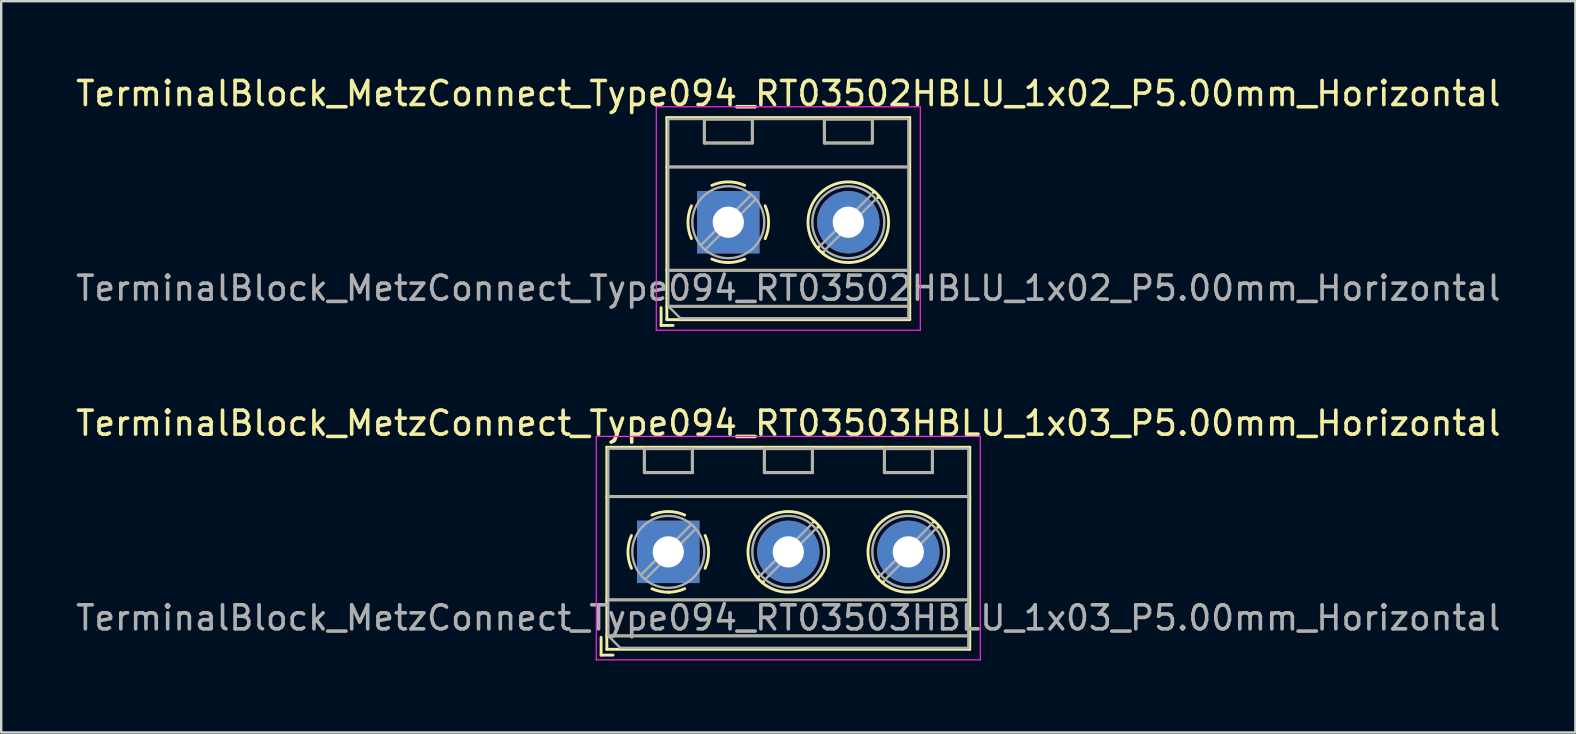
<source format=kicad_pcb>
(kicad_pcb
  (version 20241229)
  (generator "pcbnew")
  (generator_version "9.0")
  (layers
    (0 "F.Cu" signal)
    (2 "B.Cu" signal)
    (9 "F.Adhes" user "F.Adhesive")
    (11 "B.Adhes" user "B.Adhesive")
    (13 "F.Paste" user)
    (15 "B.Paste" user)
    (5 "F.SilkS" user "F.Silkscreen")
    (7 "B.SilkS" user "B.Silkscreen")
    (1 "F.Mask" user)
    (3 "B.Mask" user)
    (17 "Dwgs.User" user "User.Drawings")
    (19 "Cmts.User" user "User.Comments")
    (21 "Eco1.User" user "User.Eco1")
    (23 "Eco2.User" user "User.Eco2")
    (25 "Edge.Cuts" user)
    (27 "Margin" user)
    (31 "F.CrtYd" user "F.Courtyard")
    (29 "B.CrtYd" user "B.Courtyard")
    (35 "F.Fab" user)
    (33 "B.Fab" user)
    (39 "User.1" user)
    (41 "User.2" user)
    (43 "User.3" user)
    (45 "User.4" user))
  (footprint "TerminalBlock_MetzConnect_Type094_RT03502HBLU_1x02_P5.00mm_Horizontal"
    (layer "F.Cu")
    (at 27.292 6.208)
    (property "Reference" "TerminalBlock_MetzConnect_Type094_RT03502HBLU_1x02_P5.00mm_Horizontal" (at 2.5 -5.36 0) (layer "F.SilkS") (effects (font (size 1 1) (thickness 0.15))))
    (attr through_hole)
    (fp_line (start -2.8 3.56) (end -2.8 4.3) (stroke (width 0.12) (type solid)) (layer "F.SilkS"))
    (fp_line (start -2.8 4.3) (end -2.3 4.3) (stroke (width 0.12) (type solid)) (layer "F.SilkS"))
    (fp_line (start -2.56 -4.36) (end -2.56 4.06) (stroke (width 0.12) (type solid)) (layer "F.SilkS"))
    (fp_line (start -2.56 -4.36) (end 7.56 -4.36) (stroke (width 0.12) (type solid)) (layer "F.SilkS"))
    (fp_line (start -2.56 -2.301) (end 7.56 -2.301) (stroke (width 0.12) (type solid)) (layer "F.SilkS"))
    (fp_line (start -2.56 2) (end 7.56 2) (stroke (width 0.12) (type solid)) (layer "F.SilkS"))
    (fp_line (start -2.56 3.5) (end 7.56 3.5) (stroke (width 0.12) (type solid)) (layer "F.SilkS"))
    (fp_line (start -2.56 4.06) (end 7.56 4.06) (stroke (width 0.12) (type solid)) (layer "F.SilkS"))
    (fp_line (start -1 -4.3) (end -1 -3.3) (stroke (width 0.12) (type solid)) (layer "F.SilkS"))
    (fp_line (start -1 -4.3) (end 1 -4.3) (stroke (width 0.12) (type solid)) (layer "F.SilkS"))
    (fp_line (start -1 -3.3) (end 1 -3.3) (stroke (width 0.12) (type solid)) (layer "F.SilkS"))
    (fp_line (start 1 -4.3) (end 1 -3.3) (stroke (width 0.12) (type solid)) (layer "F.SilkS"))
    (fp_line (start 3.773 1.023) (end 3.726 1.069) (stroke (width 0.12) (type solid)) (layer "F.SilkS"))
    (fp_line (start 3.966 1.239) (end 3.931 1.274) (stroke (width 0.12) (type solid)) (layer "F.SilkS"))
    (fp_line (start 4 -4.3) (end 4 -3.3) (stroke (width 0.12) (type solid)) (layer "F.SilkS"))
    (fp_line (start 4 -4.3) (end 6 -4.3) (stroke (width 0.12) (type solid)) (layer "F.SilkS"))
    (fp_line (start 4 -3.3) (end 6 -3.3) (stroke (width 0.12) (type solid)) (layer "F.SilkS"))
    (fp_line (start 6 -4.3) (end 6 -3.3) (stroke (width 0.12) (type solid)) (layer "F.SilkS"))
    (fp_line (start 6.07 -1.275) (end 6.035 -1.239) (stroke (width 0.12) (type solid)) (layer "F.SilkS"))
    (fp_line (start 6.275 -1.069) (end 6.228 -1.023) (stroke (width 0.12) (type solid)) (layer "F.SilkS"))
    (fp_line (start 7.56 -4.36) (end 7.56 4.06) (stroke (width 0.12) (type solid)) (layer "F.SilkS"))
    (fp_arc (start -1.535427 0.683042) (mid -1.680501 -0.000524) (end -1.535 -0.684) (stroke (width 0.12) (type solid)) (layer "F.SilkS"))
    (fp_arc (start -0.683042 -1.535427) (mid 0.000524 -1.680501) (end 0.684 -1.535) (stroke (width 0.12) (type solid)) (layer "F.SilkS"))
    (fp_arc (start 0.028805 1.680253) (mid -0.335551 1.646659) (end -0.684 1.535) (stroke (width 0.12) (type solid)) (layer "F.SilkS"))
    (fp_arc (start 0.683318 1.534756) (mid 0.349292 1.643288) (end 0 1.68) (stroke (width 0.12) (type solid)) (layer "F.SilkS"))
    (fp_arc (start 1.535427 -0.683042) (mid 1.680501 0.000524) (end 1.535 0.684) (stroke (width 0.12) (type solid)) (layer "F.SilkS"))
    (fp_circle (center 5 0) (end 6.68 0) (stroke (width 0.12) (type solid)) (fill no) (layer "F.SilkS"))
    (fp_line (start -3 -4.81) (end -3 4.5) (stroke (width 0.05) (type solid)) (layer "F.CrtYd"))
    (fp_line (start -3 4.5) (end 8 4.5) (stroke (width 0.05) (type solid)) (layer "F.CrtYd"))
    (fp_line (start 8 -4.81) (end -3 -4.81) (stroke (width 0.05) (type solid)) (layer "F.CrtYd"))
    (fp_line (start 8 4.5) (end 8 -4.81) (stroke (width 0.05) (type solid)) (layer "F.CrtYd"))
    (fp_line (start -2.5 -4.3) (end 7.5 -4.3) (stroke (width 0.1) (type solid)) (layer "F.Fab"))
    (fp_line (start -2.5 -2.3) (end 7.5 -2.3) (stroke (width 0.1) (type solid)) (layer "F.Fab"))
    (fp_line (start -2.5 2) (end 7.5 2) (stroke (width 0.1) (type solid)) (layer "F.Fab"))
    (fp_line (start -2.5 3.5) (end -2.5 -4.3) (stroke (width 0.1) (type solid)) (layer "F.Fab"))
    (fp_line (start -2.5 3.5) (end 7.5 3.5) (stroke (width 0.1) (type solid)) (layer "F.Fab"))
    (fp_line (start -2 4) (end -2.5 3.5) (stroke (width 0.1) (type solid)) (layer "F.Fab"))
    (fp_line (start -1 -4.3) (end -1 -3.3) (stroke (width 0.1) (type solid)) (layer "F.Fab"))
    (fp_line (start -1 -3.3) (end 1 -3.3) (stroke (width 0.1) (type solid)) (layer "F.Fab"))
    (fp_line (start 0.955 -1.138) (end -1.138 0.955) (stroke (width 0.1) (type solid)) (layer "F.Fab"))
    (fp_line (start 1 -4.3) (end -1 -4.3) (stroke (width 0.1) (type solid)) (layer "F.Fab"))
    (fp_line (start 1 -3.3) (end 1 -4.3) (stroke (width 0.1) (type solid)) (layer "F.Fab"))
    (fp_line (start 1.138 -0.955) (end -0.955 1.138) (stroke (width 0.1) (type solid)) (layer "F.Fab"))
    (fp_line (start 4 -4.3) (end 4 -3.3) (stroke (width 0.1) (type solid)) (layer "F.Fab"))
    (fp_line (start 4 -3.3) (end 6 -3.3) (stroke (width 0.1) (type solid)) (layer "F.Fab"))
    (fp_line (start 5.955 -1.138) (end 3.863 0.955) (stroke (width 0.1) (type solid)) (layer "F.Fab"))
    (fp_line (start 6 -4.3) (end 4 -4.3) (stroke (width 0.1) (type solid)) (layer "F.Fab"))
    (fp_line (start 6 -3.3) (end 6 -4.3) (stroke (width 0.1) (type solid)) (layer "F.Fab"))
    (fp_line (start 6.138 -0.955) (end 4.046 1.138) (stroke (width 0.1) (type solid)) (layer "F.Fab"))
    (fp_line (start 7.5 -4.3) (end 7.5 4) (stroke (width 0.1) (type solid)) (layer "F.Fab"))
    (fp_line (start 7.5 4) (end -2 4) (stroke (width 0.1) (type solid)) (layer "F.Fab"))
    (fp_circle (center 0 0) (end 1.5 0) (stroke (width 0.1) (type solid)) (fill no) (layer "F.Fab"))
    (fp_circle (center 5 0) (end 6.5 0) (stroke (width 0.1) (type solid)) (fill no) (layer "F.Fab"))
    (fp_text user "${REFERENCE}" (at 2.5 2.75 0) (layer "F.Fab") (effects (font (size 1 1) (thickness 0.15))))
    (pad "1" thru_hole rect (at 0 0) (size 2.6 2.6) (drill 1.3) (layers "*.Cu" "*.Mask"))
    (pad "2" thru_hole circle (at 5 0) (size 2.6 2.6) (drill 1.3) (layers "*.Cu" "*.Mask")))
  (footprint "TerminalBlock_MetzConnect_Type094_RT03503HBLU_1x03_P5.00mm_Horizontal"
    (layer "F.Cu")
    (at 24.792 19.942)
    (property "Reference" "TerminalBlock_MetzConnect_Type094_RT03503HBLU_1x03_P5.00mm_Horizontal" (at 5 -5.36 0) (layer "F.SilkS") (effects (font (size 1 1) (thickness 0.15))))
    (attr through_hole)
    (fp_line (start -2.8 3.56) (end -2.8 4.3) (stroke (width 0.12) (type solid)) (layer "F.SilkS"))
    (fp_line (start -2.8 4.3) (end -2.3 4.3) (stroke (width 0.12) (type solid)) (layer "F.SilkS"))
    (fp_line (start -2.56 -4.36) (end -2.56 4.06) (stroke (width 0.12) (type solid)) (layer "F.SilkS"))
    (fp_line (start -2.56 -4.36) (end 12.56 -4.36) (stroke (width 0.12) (type solid)) (layer "F.SilkS"))
    (fp_line (start -2.56 -2.301) (end 12.56 -2.301) (stroke (width 0.12) (type solid)) (layer "F.SilkS"))
    (fp_line (start -2.56 2) (end 12.56 2) (stroke (width 0.12) (type solid)) (layer "F.SilkS"))
    (fp_line (start -2.56 3.5) (end 12.56 3.5) (stroke (width 0.12) (type solid)) (layer "F.SilkS"))
    (fp_line (start -2.56 4.06) (end 12.56 4.06) (stroke (width 0.12) (type solid)) (layer "F.SilkS"))
    (fp_line (start -1 -4.3) (end -1 -3.3) (stroke (width 0.12) (type solid)) (layer "F.SilkS"))
    (fp_line (start -1 -4.3) (end 1 -4.3) (stroke (width 0.12) (type solid)) (layer "F.SilkS"))
    (fp_line (start -1 -3.3) (end 1 -3.3) (stroke (width 0.12) (type solid)) (layer "F.SilkS"))
    (fp_line (start 1 -4.3) (end 1 -3.3) (stroke (width 0.12) (type solid)) (layer "F.SilkS"))
    (fp_line (start 3.773 1.023) (end 3.726 1.069) (stroke (width 0.12) (type solid)) (layer "F.SilkS"))
    (fp_line (start 3.966 1.239) (end 3.931 1.274) (stroke (width 0.12) (type solid)) (layer "F.SilkS"))
    (fp_line (start 4 -4.3) (end 4 -3.3) (stroke (width 0.12) (type solid)) (layer "F.SilkS"))
    (fp_line (start 4 -4.3) (end 6 -4.3) (stroke (width 0.12) (type solid)) (layer "F.SilkS"))
    (fp_line (start 4 -3.3) (end 6 -3.3) (stroke (width 0.12) (type solid)) (layer "F.SilkS"))
    (fp_line (start 6 -4.3) (end 6 -3.3) (stroke (width 0.12) (type solid)) (layer "F.SilkS"))
    (fp_line (start 6.07 -1.275) (end 6.035 -1.239) (stroke (width 0.12) (type solid)) (layer "F.SilkS"))
    (fp_line (start 6.275 -1.069) (end 6.228 -1.023) (stroke (width 0.12) (type solid)) (layer "F.SilkS"))
    (fp_line (start 8.773 1.023) (end 8.726 1.069) (stroke (width 0.12) (type solid)) (layer "F.SilkS"))
    (fp_line (start 8.966 1.239) (end 8.931 1.274) (stroke (width 0.12) (type solid)) (layer "F.SilkS"))
    (fp_line (start 9 -4.3) (end 9 -3.3) (stroke (width 0.12) (type solid)) (layer "F.SilkS"))
    (fp_line (start 9 -4.3) (end 11 -4.3) (stroke (width 0.12) (type solid)) (layer "F.SilkS"))
    (fp_line (start 9 -3.3) (end 11 -3.3) (stroke (width 0.12) (type solid)) (layer "F.SilkS"))
    (fp_line (start 11 -4.3) (end 11 -3.3) (stroke (width 0.12) (type solid)) (layer "F.SilkS"))
    (fp_line (start 11.07 -1.275) (end 11.035 -1.239) (stroke (width 0.12) (type solid)) (layer "F.SilkS"))
    (fp_line (start 11.275 -1.069) (end 11.228 -1.023) (stroke (width 0.12) (type solid)) (layer "F.SilkS"))
    (fp_line (start 12.56 -4.36) (end 12.56 4.06) (stroke (width 0.12) (type solid)) (layer "F.SilkS"))
    (fp_arc (start -1.535427 0.683042) (mid -1.680501 -0.000524) (end -1.535 -0.684) (stroke (width 0.12) (type solid)) (layer "F.SilkS"))
    (fp_arc (start -0.683042 -1.535427) (mid 0.000524 -1.680501) (end 0.684 -1.535) (stroke (width 0.12) (type solid)) (layer "F.SilkS"))
    (fp_arc (start 0.028805 1.680253) (mid -0.335551 1.646659) (end -0.684 1.535) (stroke (width 0.12) (type solid)) (layer "F.SilkS"))
    (fp_arc (start 0.683318 1.534756) (mid 0.349292 1.643288) (end 0 1.68) (stroke (width 0.12) (type solid)) (layer "F.SilkS"))
    (fp_arc (start 1.535427 -0.683042) (mid 1.680501 0.000524) (end 1.535 0.684) (stroke (width 0.12) (type solid)) (layer "F.SilkS"))
    (fp_circle (center 5 0) (end 6.68 0) (stroke (width 0.12) (type solid)) (fill no) (layer "F.SilkS"))
    (fp_circle (center 10 0) (end 11.68 0) (stroke (width 0.12) (type solid)) (fill no) (layer "F.SilkS"))
    (fp_line (start -3 -4.81) (end -3 4.5) (stroke (width 0.05) (type solid)) (layer "F.CrtYd"))
    (fp_line (start -3 4.5) (end 13 4.5) (stroke (width 0.05) (type solid)) (layer "F.CrtYd"))
    (fp_line (start 13 -4.81) (end -3 -4.81) (stroke (width 0.05) (type solid)) (layer "F.CrtYd"))
    (fp_line (start 13 4.5) (end 13 -4.81) (stroke (width 0.05) (type solid)) (layer "F.CrtYd"))
    (fp_line (start -2.5 -4.3) (end 12.5 -4.3) (stroke (width 0.1) (type solid)) (layer "F.Fab"))
    (fp_line (start -2.5 -2.3) (end 12.5 -2.3) (stroke (width 0.1) (type solid)) (layer "F.Fab"))
    (fp_line (start -2.5 2) (end 12.5 2) (stroke (width 0.1) (type solid)) (layer "F.Fab"))
    (fp_line (start -2.5 3.5) (end -2.5 -4.3) (stroke (width 0.1) (type solid)) (layer "F.Fab"))
    (fp_line (start -2.5 3.5) (end 12.5 3.5) (stroke (width 0.1) (type solid)) (layer "F.Fab"))
    (fp_line (start -2 4) (end -2.5 3.5) (stroke (width 0.1) (type solid)) (layer "F.Fab"))
    (fp_line (start -1 -4.3) (end -1 -3.3) (stroke (width 0.1) (type solid)) (layer "F.Fab"))
    (fp_line (start -1 -3.3) (end 1 -3.3) (stroke (width 0.1) (type solid)) (layer "F.Fab"))
    (fp_line (start 0.955 -1.138) (end -1.138 0.955) (stroke (width 0.1) (type solid)) (layer "F.Fab"))
    (fp_line (start 1 -4.3) (end -1 -4.3) (stroke (width 0.1) (type solid)) (layer "F.Fab"))
    (fp_line (start 1 -3.3) (end 1 -4.3) (stroke (width 0.1) (type solid)) (layer "F.Fab"))
    (fp_line (start 1.138 -0.955) (end -0.955 1.138) (stroke (width 0.1) (type solid)) (layer "F.Fab"))
    (fp_line (start 4 -4.3) (end 4 -3.3) (stroke (width 0.1) (type solid)) (layer "F.Fab"))
    (fp_line (start 4 -3.3) (end 6 -3.3) (stroke (width 0.1) (type solid)) (layer "F.Fab"))
    (fp_line (start 5.955 -1.138) (end 3.863 0.955) (stroke (width 0.1) (type solid)) (layer "F.Fab"))
    (fp_line (start 6 -4.3) (end 4 -4.3) (stroke (width 0.1) (type solid)) (layer "F.Fab"))
    (fp_line (start 6 -3.3) (end 6 -4.3) (stroke (width 0.1) (type solid)) (layer "F.Fab"))
    (fp_line (start 6.138 -0.955) (end 4.046 1.138) (stroke (width 0.1) (type solid)) (layer "F.Fab"))
    (fp_line (start 9 -4.3) (end 9 -3.3) (stroke (width 0.1) (type solid)) (layer "F.Fab"))
    (fp_line (start 9 -3.3) (end 11 -3.3) (stroke (width 0.1) (type solid)) (layer "F.Fab"))
    (fp_line (start 10.955 -1.138) (end 8.863 0.955) (stroke (width 0.1) (type solid)) (layer "F.Fab"))
    (fp_line (start 11 -4.3) (end 9 -4.3) (stroke (width 0.1) (type solid)) (layer "F.Fab"))
    (fp_line (start 11 -3.3) (end 11 -4.3) (stroke (width 0.1) (type solid)) (layer "F.Fab"))
    (fp_line (start 11.138 -0.955) (end 9.046 1.138) (stroke (width 0.1) (type solid)) (layer "F.Fab"))
    (fp_line (start 12.5 -4.3) (end 12.5 4) (stroke (width 0.1) (type solid)) (layer "F.Fab"))
    (fp_line (start 12.5 4) (end -2 4) (stroke (width 0.1) (type solid)) (layer "F.Fab"))
    (fp_circle (center 0 0) (end 1.5 0) (stroke (width 0.1) (type solid)) (fill no) (layer "F.Fab"))
    (fp_circle (center 5 0) (end 6.5 0) (stroke (width 0.1) (type solid)) (fill no) (layer "F.Fab"))
    (fp_circle (center 10 0) (end 11.5 0) (stroke (width 0.1) (type solid)) (fill no) (layer "F.Fab"))
    (fp_text user "${REFERENCE}" (at 5 2.75 0) (layer "F.Fab") (effects (font (size 1 1) (thickness 0.15))))
    (pad "1" thru_hole rect (at 0 0) (size 2.6 2.6) (drill 1.3) (layers "*.Cu" "*.Mask"))
    (pad "2" thru_hole circle (at 5 0) (size 2.6 2.6) (drill 1.3) (layers "*.Cu" "*.Mask"))
    (pad "3" thru_hole circle (at 10 0) (size 2.6 2.6) (drill 1.3) (layers "*.Cu" "*.Mask")))
  (gr_rect
    (start -3 -3)
    (end 62.583 27.466)
    (stroke (width 0.1) (type default))
    (fill no)
    (layer "Edge.Cuts")))
</source>
